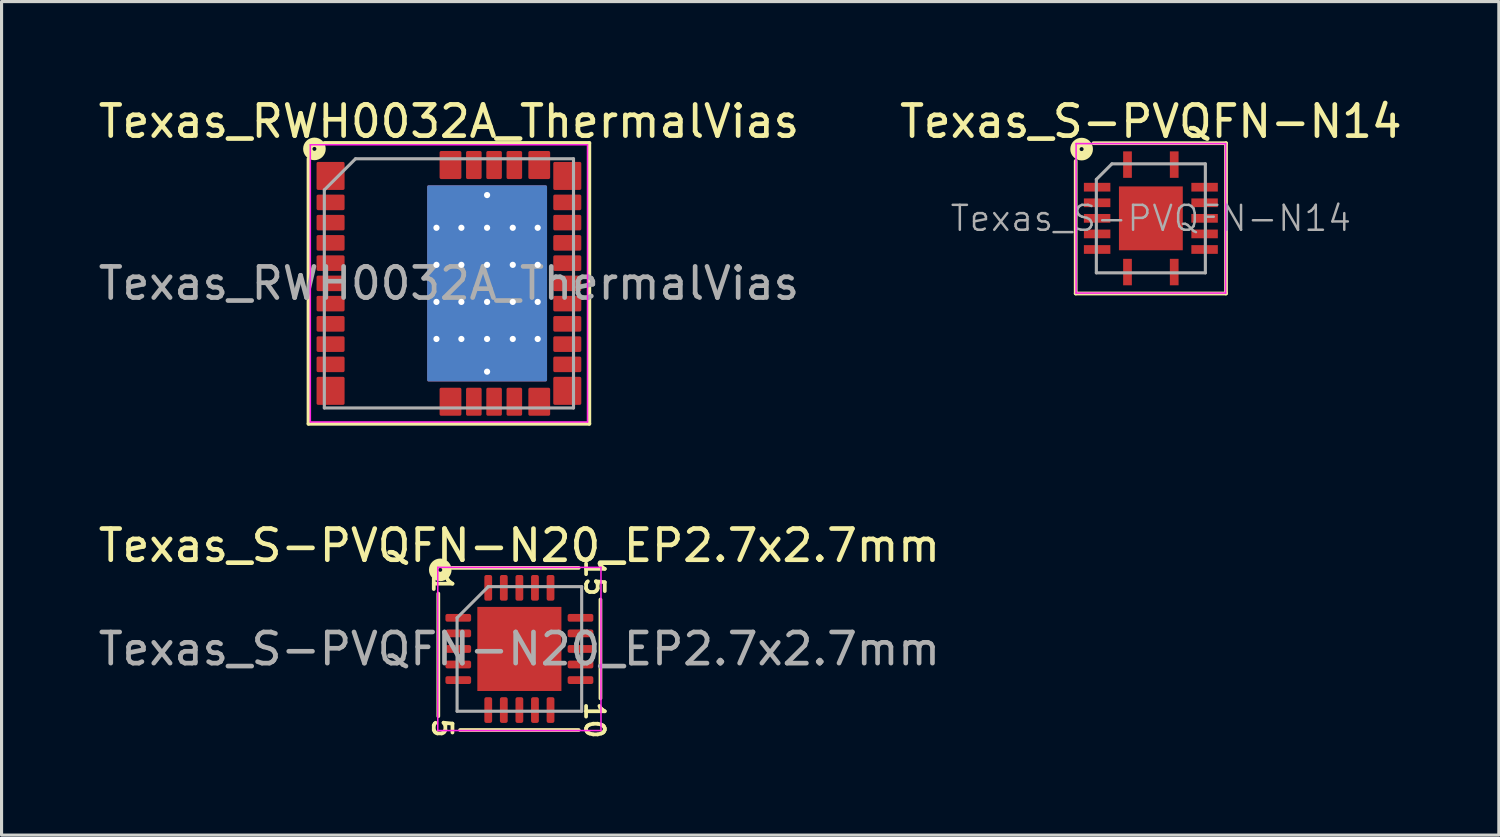
<source format=kicad_pcb>
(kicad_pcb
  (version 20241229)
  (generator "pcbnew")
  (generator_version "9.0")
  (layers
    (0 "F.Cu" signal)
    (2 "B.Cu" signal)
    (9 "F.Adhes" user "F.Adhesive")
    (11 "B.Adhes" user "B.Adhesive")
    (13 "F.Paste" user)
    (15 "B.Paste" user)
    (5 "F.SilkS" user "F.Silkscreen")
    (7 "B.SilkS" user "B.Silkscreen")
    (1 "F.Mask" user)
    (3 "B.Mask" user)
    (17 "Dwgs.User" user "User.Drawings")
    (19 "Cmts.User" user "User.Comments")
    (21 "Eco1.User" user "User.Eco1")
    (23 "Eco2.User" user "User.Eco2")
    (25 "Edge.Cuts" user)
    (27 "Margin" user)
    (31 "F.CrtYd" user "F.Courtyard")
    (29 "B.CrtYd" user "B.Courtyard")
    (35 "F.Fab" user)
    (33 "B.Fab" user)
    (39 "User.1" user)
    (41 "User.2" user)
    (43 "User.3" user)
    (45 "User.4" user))
  (footprint "Texas_S-PVQFN-N20_EP2.7x2.7mm"
    (layer "F.Cu")
    (at 13.625 17.785)
    (property "Reference" "Texas_S-PVQFN-N20_EP2.7x2.7mm" (at 0 -3.32 0) (layer "F.SilkS") (effects (font (size 1 1) (thickness 0.15))))
    (attr smd)
    (fp_line (start -2.603 -1.778) (end -2.603 2.159) (stroke (width 0.12) (type solid)) (layer "F.SilkS"))
    (fp_line (start -1.905 2.603) (end 1.905 2.603) (stroke (width 0.12) (type solid)) (layer "F.SilkS"))
    (fp_line (start 1.905 -2.603) (end -2.159 -2.603) (stroke (width 0.12) (type solid)) (layer "F.SilkS"))
    (fp_line (start 2.603 1.587) (end 2.603 -1.587) (stroke (width 0.12) (type solid)) (layer "F.SilkS"))
    (fp_circle (center -2.54 -2.54) (end -2.477 -2.54) (stroke (width 0.3) (type solid)) (fill no) (layer "F.SilkS"))
    (fp_line (start -2.62 -2.62) (end -2.62 2.62) (stroke (width 0.05) (type solid)) (layer "F.CrtYd"))
    (fp_line (start -2.62 2.62) (end 2.62 2.62) (stroke (width 0.05) (type solid)) (layer "F.CrtYd"))
    (fp_line (start 2.62 -2.62) (end -2.62 -2.62) (stroke (width 0.05) (type solid)) (layer "F.CrtYd"))
    (fp_line (start 2.62 2.62) (end 2.62 -2.62) (stroke (width 0.05) (type solid)) (layer "F.CrtYd"))
    (fp_line (start -2 -1) (end -1 -2) (stroke (width 0.1) (type solid)) (layer "F.Fab"))
    (fp_line (start -2 2) (end -2 -1) (stroke (width 0.1) (type solid)) (layer "F.Fab"))
    (fp_line (start -1 -2) (end 2 -2) (stroke (width 0.1) (type solid)) (layer "F.Fab"))
    (fp_line (start 2 -2) (end 2 2) (stroke (width 0.1) (type solid)) (layer "F.Fab"))
    (fp_line (start 2 2) (end -2 2) (stroke (width 0.1) (type solid)) (layer "F.Fab"))
    (fp_text user "1" (at -2.477 -2.095 270) (unlocked yes) (layer "F.SilkS") (effects (font (size 0.6 0.6) (thickness 0.12))))
    (fp_text user "10" (at 2.413 2.286 270) (unlocked yes) (layer "F.SilkS") (effects (font (size 0.6 0.6) (thickness 0.12))))
    (fp_text user "5" (at -2.477 2.54 270) (unlocked yes) (layer "F.SilkS") (effects (font (size 0.6 0.6) (thickness 0.12))))
    (fp_text user "15" (at 2.413 -2.286 270) (unlocked yes) (layer "F.SilkS") (effects (font (size 0.6 0.6) (thickness 0.12))))
    (fp_text user "${REFERENCE}" (at 0 0 0) (layer "F.Fab") (effects (font (size 1 1) (thickness 0.15))))
    (pad "" smd roundrect (at -0.675 -0.675) (size 1.09 1.09) (layers "F.Paste") (roundrect_rratio 0.229))
    (pad "" smd roundrect (at -0.675 0.675) (size 1.09 1.09) (layers "F.Paste") (roundrect_rratio 0.229))
    (pad "" smd roundrect (at 0.675 -0.675) (size 1.09 1.09) (layers "F.Paste") (roundrect_rratio 0.229))
    (pad "" smd roundrect (at 0.675 0.675) (size 1.09 1.09) (layers "F.Paste") (roundrect_rratio 0.229))
    (pad "1" smd roundrect (at -1.962 -1) (size 0.825 0.25) (layers "F.Cu" "F.Mask" "F.Paste") (roundrect_rratio 0.25))
    (pad "2" smd roundrect (at -1.962 -0.5) (size 0.825 0.25) (layers "F.Cu" "F.Mask" "F.Paste") (roundrect_rratio 0.25))
    (pad "3" smd roundrect (at -1.962 0) (size 0.825 0.25) (layers "F.Cu" "F.Mask" "F.Paste") (roundrect_rratio 0.25))
    (pad "4" smd roundrect (at -1.962 0.5) (size 0.825 0.25) (layers "F.Cu" "F.Mask" "F.Paste") (roundrect_rratio 0.25))
    (pad "5" smd roundrect (at -1.962 1) (size 0.825 0.25) (layers "F.Cu" "F.Mask" "F.Paste") (roundrect_rratio 0.25))
    (pad "6" smd roundrect (at -1 1.962) (size 0.25 0.825) (layers "F.Cu" "F.Mask" "F.Paste") (roundrect_rratio 0.25))
    (pad "7" smd roundrect (at -0.5 1.962) (size 0.25 0.825) (layers "F.Cu" "F.Mask" "F.Paste") (roundrect_rratio 0.25))
    (pad "8" smd roundrect (at 0 1.962) (size 0.25 0.825) (layers "F.Cu" "F.Mask" "F.Paste") (roundrect_rratio 0.25))
    (pad "9" smd roundrect (at 0.5 1.962) (size 0.25 0.825) (layers "F.Cu" "F.Mask" "F.Paste") (roundrect_rratio 0.25))
    (pad "10" smd roundrect (at 1 1.962) (size 0.25 0.825) (layers "F.Cu" "F.Mask" "F.Paste") (roundrect_rratio 0.25))
    (pad "11" smd roundrect (at 1.962 1) (size 0.825 0.25) (layers "F.Cu" "F.Mask" "F.Paste") (roundrect_rratio 0.25))
    (pad "12" smd roundrect (at 1.962 0.5) (size 0.825 0.25) (layers "F.Cu" "F.Mask" "F.Paste") (roundrect_rratio 0.25))
    (pad "13" smd roundrect (at 1.962 0) (size 0.825 0.25) (layers "F.Cu" "F.Mask" "F.Paste") (roundrect_rratio 0.25))
    (pad "14" smd roundrect (at 1.962 -0.5) (size 0.825 0.25) (layers "F.Cu" "F.Mask" "F.Paste") (roundrect_rratio 0.25))
    (pad "15" smd roundrect (at 1.962 -1) (size 0.825 0.25) (layers "F.Cu" "F.Mask" "F.Paste") (roundrect_rratio 0.25))
    (pad "16" smd roundrect (at 1 -1.962) (size 0.25 0.825) (layers "F.Cu" "F.Mask" "F.Paste") (roundrect_rratio 0.25))
    (pad "17" smd roundrect (at 0.5 -1.962) (size 0.25 0.825) (layers "F.Cu" "F.Mask" "F.Paste") (roundrect_rratio 0.25))
    (pad "18" smd roundrect (at 0 -1.962) (size 0.25 0.825) (layers "F.Cu" "F.Mask" "F.Paste") (roundrect_rratio 0.25))
    (pad "19" smd roundrect (at -0.5 -1.962) (size 0.25 0.825) (layers "F.Cu" "F.Mask" "F.Paste") (roundrect_rratio 0.25))
    (pad "20" smd roundrect (at -1 -1.962) (size 0.25 0.825) (layers "F.Cu" "F.Mask" "F.Paste") (roundrect_rratio 0.25))
    (pad "21" smd rect (at 0 0) (size 2.7 2.7) (layers "F.Cu" "F.Mask")))
  (footprint "Texas_S-PVQFN-N14"
    (layer "F.Cu")
    (at 33.899 3.96)
    (property "Reference" "Texas_S-PVQFN-N14" (at 0 -3.111 0) (layer "F.SilkS") (effects (font (size 1 1) (thickness 0.15))))
    (attr smd)
    (fp_line (start -2.413 -1.841) (end -2.413 2.413) (stroke (width 0.12) (type solid)) (layer "F.SilkS"))
    (fp_line (start -2.413 2.413) (end 2.413 2.413) (stroke (width 0.12) (type solid)) (layer "F.SilkS"))
    (fp_line (start 2.413 -2.413) (end -1.841 -2.413) (stroke (width 0.12) (type solid)) (layer "F.SilkS"))
    (fp_line (start 2.413 2.413) (end 2.413 -2.413) (stroke (width 0.12) (type solid)) (layer "F.SilkS"))
    (fp_circle (center -2.223 -2.223) (end -2.159 -2.223) (stroke (width 0.3) (type solid)) (fill no) (layer "F.SilkS"))
    (fp_line (start -2.4 -2.4) (end 2.4 -2.4) (stroke (width 0.05) (type solid)) (layer "F.CrtYd"))
    (fp_line (start -2.4 2.4) (end -2.4 -2.4) (stroke (width 0.05) (type solid)) (layer "F.CrtYd"))
    (fp_line (start 2.4 -2.4) (end 2.4 2.4) (stroke (width 0.05) (type solid)) (layer "F.CrtYd"))
    (fp_line (start 2.4 2.4) (end -2.4 2.4) (stroke (width 0.05) (type solid)) (layer "F.CrtYd"))
    (fp_line (start -1.75 1.75) (end -1.75 -1.25) (stroke (width 0.1) (type solid)) (layer "F.Fab"))
    (fp_line (start -1.25 -1.75) (end -1.75 -1.25) (stroke (width 0.1) (type solid)) (layer "F.Fab"))
    (fp_line (start -1.25 -1.75) (end 1.75 -1.75) (stroke (width 0.1) (type solid)) (layer "F.Fab"))
    (fp_line (start 1.75 -1.75) (end 1.75 1.75) (stroke (width 0.1) (type solid)) (layer "F.Fab"))
    (fp_line (start 1.75 1.75) (end -1.75 1.75) (stroke (width 0.1) (type solid)) (layer "F.Fab"))
    (fp_text user "${REFERENCE}" (at 0 0 0) (layer "F.Fab") (effects (font (size 0.8 0.8) (thickness 0.08))))
    (pad "" smd rect (at -0.56 -0.56 270) (size 0.82 0.82) (layers "F.Paste"))
    (pad "" smd rect (at -0.56 0.56 270) (size 0.82 0.82) (layers "F.Paste"))
    (pad "" smd rect (at 0.56 -0.56 270) (size 0.82 0.82) (layers "F.Paste"))
    (pad "" smd rect (at 0.56 0.56 270) (size 0.82 0.82) (layers "F.Paste"))
    (pad "1" smd rect (at -0.75 -1.725 270) (size 0.85 0.28) (layers "F.Cu" "F.Mask" "F.Paste"))
    (pad "2" smd rect (at -1.725 -1 270) (size 0.28 0.85) (layers "F.Cu" "F.Mask" "F.Paste"))
    (pad "3" smd rect (at -1.725 -0.5 270) (size 0.28 0.85) (layers "F.Cu" "F.Mask" "F.Paste"))
    (pad "4" smd rect (at -1.725 0 270) (size 0.28 0.85) (layers "F.Cu" "F.Mask" "F.Paste"))
    (pad "5" smd rect (at -1.725 0.5 270) (size 0.28 0.85) (layers "F.Cu" "F.Mask" "F.Paste"))
    (pad "6" smd rect (at -1.725 1 270) (size 0.28 0.85) (layers "F.Cu" "F.Mask" "F.Paste"))
    (pad "7" smd rect (at -0.75 1.725 270) (size 0.85 0.28) (layers "F.Cu" "F.Mask" "F.Paste"))
    (pad "8" smd rect (at 0.75 1.725 270) (size 0.85 0.28) (layers "F.Cu" "F.Mask" "F.Paste"))
    (pad "9" smd rect (at 1.725 1 270) (size 0.28 0.85) (layers "F.Cu" "F.Mask" "F.Paste"))
    (pad "10" smd rect (at 1.725 0.5 270) (size 0.28 0.85) (layers "F.Cu" "F.Mask" "F.Paste"))
    (pad "11" smd rect (at 1.725 0 270) (size 0.28 0.85) (layers "F.Cu" "F.Mask" "F.Paste"))
    (pad "12" smd rect (at 1.725 -0.5 270) (size 0.28 0.85) (layers "F.Cu" "F.Mask" "F.Paste"))
    (pad "13" smd rect (at 1.725 -1 270) (size 0.28 0.85) (layers "F.Cu" "F.Mask" "F.Paste"))
    (pad "14" smd rect (at 0.75 -1.725 270) (size 0.85 0.28) (layers "F.Cu" "F.Mask" "F.Paste"))
    (pad "15" smd rect (at 0 0 270) (size 2.05 2.05) (layers "F.Cu" "F.Mask")))
  (footprint "Texas_RWH0032A_ThermalVias"
    (layer "F.Cu")
    (at 11.363 6.048)
    (property "Reference" "Texas_RWH0032A_ThermalVias" (at 0 -5.2 0) (layer "F.SilkS") (effects (font (size 1 1) (thickness 0.15))))
    (attr smd)
    (fp_line (start -4.508 -4) (end -4.508 4.508) (stroke (width 0.12) (type solid)) (layer "F.SilkS"))
    (fp_line (start -4.508 4.508) (end 4.508 4.508) (stroke (width 0.12) (type solid)) (layer "F.SilkS"))
    (fp_line (start 4.508 -4.508) (end -4 -4.508) (stroke (width 0.12) (type solid)) (layer "F.SilkS"))
    (fp_line (start 4.508 4.508) (end 4.508 -4.508) (stroke (width 0.12) (type solid)) (layer "F.SilkS"))
    (fp_circle (center -4.318 -4.318) (end -4.255 -4.318) (stroke (width 0.3) (type solid)) (fill no) (layer "F.SilkS"))
    (fp_line (start -4.45 -4.45) (end 4.45 -4.45) (stroke (width 0.05) (type solid)) (layer "F.CrtYd"))
    (fp_line (start -4.45 4.45) (end -4.45 -4.45) (stroke (width 0.05) (type solid)) (layer "F.CrtYd"))
    (fp_line (start 4.45 -4.45) (end 4.45 4.45) (stroke (width 0.05) (type solid)) (layer "F.CrtYd"))
    (fp_line (start 4.45 4.45) (end -4.45 4.45) (stroke (width 0.05) (type solid)) (layer "F.CrtYd"))
    (fp_line (start -4 4) (end -4 -3) (stroke (width 0.1) (type solid)) (layer "F.Fab"))
    (fp_line (start -3 -4) (end -4 -3) (stroke (width 0.1) (type solid)) (layer "F.Fab"))
    (fp_line (start -3 -4) (end 4 -4) (stroke (width 0.1) (type solid)) (layer "F.Fab"))
    (fp_line (start 4 -4) (end 4 4) (stroke (width 0.1) (type solid)) (layer "F.Fab"))
    (fp_line (start 4 4) (end -4 4) (stroke (width 0.1) (type solid)) (layer "F.Fab"))
    (fp_text user "${REFERENCE}" (at 0 0 0) (layer "F.Fab") (effects (font (size 1 1) (thickness 0.15))))
    (pad "" smd roundrect (at -3.8 -2.6) (size 0.76 0.4) (layers "F.Paste") (roundrect_rratio 0.125))
    (pad "" smd roundrect (at -3.8 -1.95) (size 0.76 0.4) (layers "F.Paste") (roundrect_rratio 0.125))
    (pad "" smd roundrect (at -3.8 -1.3) (size 0.76 0.4) (layers "F.Paste") (roundrect_rratio 0.125))
    (pad "" smd roundrect (at -3.8 -0.65) (size 0.76 0.4) (layers "F.Paste") (roundrect_rratio 0.125))
    (pad "" smd roundrect (at -3.8 0) (size 0.76 0.4) (layers "F.Paste") (roundrect_rratio 0.125))
    (pad "" smd roundrect (at -3.8 0.65) (size 0.76 0.4) (layers "F.Paste") (roundrect_rratio 0.125))
    (pad "" smd roundrect (at -3.8 1.3) (size 0.76 0.4) (layers "F.Paste") (roundrect_rratio 0.125))
    (pad "" smd roundrect (at -3.8 1.95) (size 0.76 0.4) (layers "F.Paste") (roundrect_rratio 0.125))
    (pad "" smd roundrect (at -3.8 2.6) (size 0.76 0.4) (layers "F.Paste") (roundrect_rratio 0.125))
    (pad "" smd roundrect (at 0.05 -3.8) (size 0.6 0.76) (layers "F.Paste") (roundrect_rratio 0.084))
    (pad "" smd roundrect (at 0.05 3.8) (size 0.6 0.76) (layers "F.Paste") (roundrect_rratio 0.084))
    (pad "" smd roundrect (at 0.325 -2.38) (size 1.6 0.99) (layers "F.Paste") (roundrect_rratio 0.051))
    (pad "" smd roundrect (at 0.325 -1.19) (size 1.6 0.99) (layers "F.Paste") (roundrect_rratio 0.051))
    (pad "" smd roundrect (at 0.325 0) (size 1.6 0.99) (layers "F.Paste") (roundrect_rratio 0.051))
    (pad "" smd roundrect (at 0.325 1.19) (size 1.6 0.99) (layers "F.Paste") (roundrect_rratio 0.051))
    (pad "" smd roundrect (at 0.325 2.38) (size 1.6 0.99) (layers "F.Paste") (roundrect_rratio 0.051))
    (pad "" smd roundrect (at 0.8 -3.8) (size 0.4 0.76) (layers "F.Paste") (roundrect_rratio 0.125))
    (pad "" smd roundrect (at 0.8 3.8) (size 0.4 0.76) (layers "F.Paste") (roundrect_rratio 0.125))
    (pad "" smd roundrect (at 1.45 -3.8) (size 0.4 0.76) (layers "F.Paste") (roundrect_rratio 0.125))
    (pad "" smd roundrect (at 1.45 3.8) (size 0.4 0.76) (layers "F.Paste") (roundrect_rratio 0.125))
    (pad "" smd roundrect (at 2.1 -3.8) (size 0.4 0.76) (layers "F.Paste") (roundrect_rratio 0.125))
    (pad "" smd roundrect (at 2.1 3.8) (size 0.4 0.76) (layers "F.Paste") (roundrect_rratio 0.125))
    (pad "" smd roundrect (at 2.125 -2.38) (size 1.6 0.99) (layers "F.Paste") (roundrect_rratio 0.051))
    (pad "" smd roundrect (at 2.125 -1.19) (size 1.6 0.99) (layers "F.Paste") (roundrect_rratio 0.051))
    (pad "" smd roundrect (at 2.125 0) (size 1.6 0.99) (layers "F.Paste") (roundrect_rratio 0.051))
    (pad "" smd roundrect (at 2.125 1.19) (size 1.6 0.99) (layers "F.Paste") (roundrect_rratio 0.051))
    (pad "" smd roundrect (at 2.125 2.38) (size 1.6 0.99) (layers "F.Paste") (roundrect_rratio 0.051))
    (pad "" smd roundrect (at 2.9 -3.8) (size 0.6 0.76) (layers "F.Paste") (roundrect_rratio 0.084))
    (pad "" smd roundrect (at 2.9 3.8) (size 0.6 0.76) (layers "F.Paste") (roundrect_rratio 0.084))
    (pad "" smd roundrect (at 3.8 -2.6) (size 0.76 0.4) (layers "F.Paste") (roundrect_rratio 0.125))
    (pad "" smd roundrect (at 3.8 -1.95) (size 0.76 0.4) (layers "F.Paste") (roundrect_rratio 0.125))
    (pad "" smd roundrect (at 3.8 -1.3) (size 0.76 0.4) (layers "F.Paste") (roundrect_rratio 0.125))
    (pad "" smd roundrect (at 3.8 -0.65) (size 0.76 0.4) (layers "F.Paste") (roundrect_rratio 0.125))
    (pad "" smd roundrect (at 3.8 0) (size 0.76 0.4) (layers "F.Paste") (roundrect_rratio 0.125))
    (pad "" smd roundrect (at 3.8 0.65) (size 0.76 0.4) (layers "F.Paste") (roundrect_rratio 0.125))
    (pad "" smd roundrect (at 3.8 1.3) (size 0.76 0.4) (layers "F.Paste") (roundrect_rratio 0.125))
    (pad "" smd roundrect (at 3.8 1.95) (size 0.76 0.4) (layers "F.Paste") (roundrect_rratio 0.125))
    (pad "" smd roundrect (at 3.8 2.6) (size 0.76 0.4) (layers "F.Paste") (roundrect_rratio 0.125))
    (pad "1" smd roundrect (at -3.8 -3.45) (size 0.9 0.9) (layers "F.Cu" "F.Mask" "F.Paste") (roundrect_rratio 0.055))
    (pad "2" smd roundrect (at -3.8 -2.6) (size 0.9 0.5) (layers "F.Cu" "F.Mask") (roundrect_rratio 0.1))
    (pad "3" smd roundrect (at -3.8 -1.95) (size 0.9 0.5) (layers "F.Cu" "F.Mask") (roundrect_rratio 0.1))
    (pad "4" smd roundrect (at -3.8 -1.3) (size 0.9 0.5) (layers "F.Cu" "F.Mask") (roundrect_rratio 0.1))
    (pad "5" smd roundrect (at -3.8 -0.65) (size 0.9 0.5) (layers "F.Cu" "F.Mask") (roundrect_rratio 0.1))
    (pad "6" smd roundrect (at -3.8 0) (size 0.9 0.5) (layers "F.Cu" "F.Mask") (roundrect_rratio 0.1))
    (pad "7" smd roundrect (at -3.8 0.65) (size 0.9 0.5) (layers "F.Cu" "F.Mask") (roundrect_rratio 0.1))
    (pad "8" smd roundrect (at -3.8 1.3) (size 0.9 0.5) (layers "F.Cu" "F.Mask") (roundrect_rratio 0.1))
    (pad "9" smd roundrect (at -3.8 1.95) (size 0.9 0.5) (layers "F.Cu" "F.Mask") (roundrect_rratio 0.1))
    (pad "10" smd roundrect (at -3.8 2.6) (size 0.9 0.5) (layers "F.Cu" "F.Mask") (roundrect_rratio 0.1))
    (pad "11" smd roundrect (at -3.8 3.45) (size 0.9 0.9) (layers "F.Cu" "F.Mask" "F.Paste") (roundrect_rratio 0.055))
    (pad "12" smd roundrect (at 0.05 3.8) (size 0.7 0.9) (layers "F.Cu" "F.Mask") (roundrect_rratio 0.072))
    (pad "13" smd roundrect (at 0.8 3.8) (size 0.5 0.9) (layers "F.Cu" "F.Mask") (roundrect_rratio 0.1))
    (pad "14" smd roundrect (at 1.45 3.8) (size 0.5 0.9) (layers "F.Cu" "F.Mask") (roundrect_rratio 0.1))
    (pad "15" smd roundrect (at 2.1 3.8) (size 0.5 0.9) (layers "F.Cu" "F.Mask") (roundrect_rratio 0.1))
    (pad "16" smd roundrect (at 2.9 3.8) (size 0.7 0.9) (layers "F.Cu" "F.Mask") (roundrect_rratio 0.072))
    (pad "17" smd roundrect (at 3.8 3.45) (size 0.9 0.9) (layers "F.Cu" "F.Mask" "F.Paste") (roundrect_rratio 0.055))
    (pad "18" smd roundrect (at 3.8 2.6) (size 0.9 0.5) (layers "F.Cu" "F.Mask") (roundrect_rratio 0.1))
    (pad "19" smd roundrect (at 3.8 1.95) (size 0.9 0.5) (layers "F.Cu" "F.Mask") (roundrect_rratio 0.1))
    (pad "20" smd roundrect (at 3.8 1.3) (size 0.9 0.5) (layers "F.Cu" "F.Mask") (roundrect_rratio 0.1))
    (pad "21" smd roundrect (at 3.8 0.65) (size 0.9 0.5) (layers "F.Cu" "F.Mask") (roundrect_rratio 0.1))
    (pad "22" smd roundrect (at 3.8 0) (size 0.9 0.5) (layers "F.Cu" "F.Mask") (roundrect_rratio 0.1))
    (pad "23" smd roundrect (at 3.8 -0.65) (size 0.9 0.5) (layers "F.Cu" "F.Mask") (roundrect_rratio 0.1))
    (pad "24" smd roundrect (at 3.8 -1.3) (size 0.9 0.5) (layers "F.Cu" "F.Mask") (roundrect_rratio 0.1))
    (pad "25" smd roundrect (at 3.8 -1.95) (size 0.9 0.5) (layers "F.Cu" "F.Mask") (roundrect_rratio 0.1))
    (pad "26" smd roundrect (at 3.8 -2.6) (size 0.9 0.5) (layers "F.Cu" "F.Mask") (roundrect_rratio 0.1))
    (pad "27" smd roundrect (at 3.8 -3.45) (size 0.9 0.9) (layers "F.Cu" "F.Mask" "F.Paste") (roundrect_rratio 0.055))
    (pad "28" smd roundrect (at 2.9 -3.8) (size 0.7 0.9) (layers "F.Cu" "F.Mask") (roundrect_rratio 0.072))
    (pad "29" smd roundrect (at 2.1 -3.8) (size 0.5 0.9) (layers "F.Cu" "F.Mask") (roundrect_rratio 0.1))
    (pad "30" smd roundrect (at 1.45 -3.8) (size 0.5 0.9) (layers "F.Cu" "F.Mask") (roundrect_rratio 0.1))
    (pad "31" smd roundrect (at 0.8 -3.8) (size 0.5 0.9) (layers "F.Cu" "F.Mask") (roundrect_rratio 0.1))
    (pad "32" smd roundrect (at 0.05 -3.8) (size 0.7 0.9) (layers "F.Cu" "F.Mask") (roundrect_rratio 0.072))
    (pad "33" thru_hole circle (at -0.4 -1.785) (size 0.5 0.5) (drill 0.2) (layers "*.Cu"))
    (pad "33" thru_hole circle (at -0.4 -0.595) (size 0.5 0.5) (drill 0.2) (layers "*.Cu"))
    (pad "33" thru_hole circle (at -0.4 0.595) (size 0.5 0.5) (drill 0.2) (layers "*.Cu"))
    (pad "33" thru_hole circle (at -0.4 1.785) (size 0.5 0.5) (drill 0.2) (layers "*.Cu"))
    (pad "33" thru_hole circle (at 0.4 -1.785) (size 0.5 0.5) (drill 0.2) (layers "*.Cu"))
    (pad "33" thru_hole circle (at 0.4 -0.595) (size 0.5 0.5) (drill 0.2) (layers "*.Cu"))
    (pad "33" thru_hole circle (at 0.4 0.595) (size 0.5 0.5) (drill 0.2) (layers "*.Cu"))
    (pad "33" thru_hole circle (at 0.4 1.785) (size 0.5 0.5) (drill 0.2) (layers "*.Cu"))
    (pad "33" thru_hole circle (at 1.225 -2.835) (size 0.5 0.5) (drill 0.2) (layers "*.Cu"))
    (pad "33" thru_hole circle (at 1.225 -1.785) (size 0.5 0.5) (drill 0.2) (layers "*.Cu"))
    (pad "33" thru_hole circle (at 1.225 -0.595) (size 0.5 0.5) (drill 0.2) (layers "*.Cu"))
    (pad "33" smd roundrect (at 1.225 0) (size 3.85 6.3) (layers "F.Cu" "F.Mask") (roundrect_rratio 0.013))
    (pad "33" smd roundrect (at 1.225 0) (size 3.85 6.3) (layers "B.Cu" "B.Mask") (roundrect_rratio 0.013))
    (pad "33" thru_hole circle (at 1.225 0.595) (size 0.5 0.5) (drill 0.2) (layers "*.Cu"))
    (pad "33" thru_hole circle (at 1.225 1.785) (size 0.5 0.5) (drill 0.2) (layers "*.Cu"))
    (pad "33" thru_hole circle (at 1.225 2.835) (size 0.5 0.5) (drill 0.2) (layers "*.Cu"))
    (pad "33" thru_hole circle (at 2.05 -1.785) (size 0.5 0.5) (drill 0.2) (layers "*.Cu"))
    (pad "33" thru_hole circle (at 2.05 -0.595) (size 0.5 0.5) (drill 0.2) (layers "*.Cu"))
    (pad "33" thru_hole circle (at 2.05 0.595) (size 0.5 0.5) (drill 0.2) (layers "*.Cu"))
    (pad "33" thru_hole circle (at 2.05 1.785) (size 0.5 0.5) (drill 0.2) (layers "*.Cu"))
    (pad "33" thru_hole circle (at 2.85 -1.785) (size 0.5 0.5) (drill 0.2) (layers "*.Cu"))
    (pad "33" thru_hole circle (at 2.85 -0.595) (size 0.5 0.5) (drill 0.2) (layers "*.Cu"))
    (pad "33" thru_hole circle (at 2.85 0.595) (size 0.5 0.5) (drill 0.2) (layers "*.Cu"))
    (pad "33" thru_hole circle (at 2.85 1.785) (size 0.5 0.5) (drill 0.2) (layers "*.Cu")))
  (gr_rect
    (start -3 -3)
    (end 45.071 23.762)
    (stroke (width 0.1) (type default))
    (fill no)
    (layer "Edge.Cuts")))
</source>
